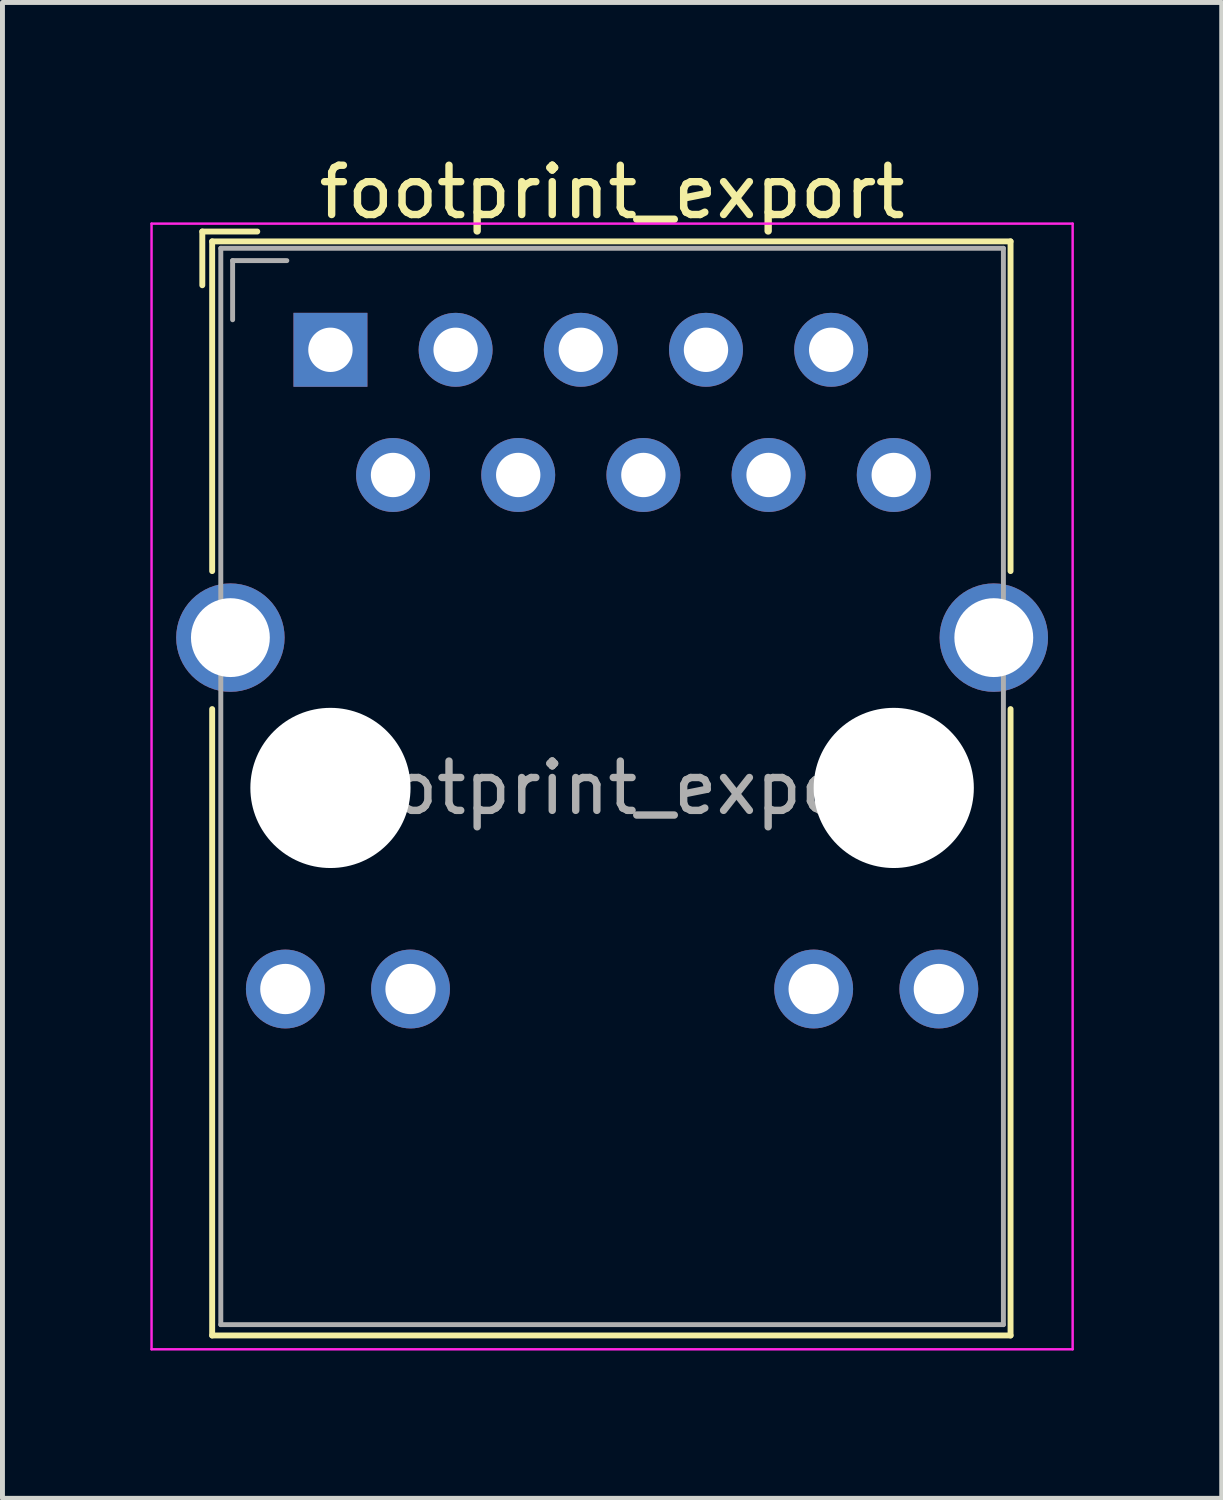
<source format=kicad_pcb>
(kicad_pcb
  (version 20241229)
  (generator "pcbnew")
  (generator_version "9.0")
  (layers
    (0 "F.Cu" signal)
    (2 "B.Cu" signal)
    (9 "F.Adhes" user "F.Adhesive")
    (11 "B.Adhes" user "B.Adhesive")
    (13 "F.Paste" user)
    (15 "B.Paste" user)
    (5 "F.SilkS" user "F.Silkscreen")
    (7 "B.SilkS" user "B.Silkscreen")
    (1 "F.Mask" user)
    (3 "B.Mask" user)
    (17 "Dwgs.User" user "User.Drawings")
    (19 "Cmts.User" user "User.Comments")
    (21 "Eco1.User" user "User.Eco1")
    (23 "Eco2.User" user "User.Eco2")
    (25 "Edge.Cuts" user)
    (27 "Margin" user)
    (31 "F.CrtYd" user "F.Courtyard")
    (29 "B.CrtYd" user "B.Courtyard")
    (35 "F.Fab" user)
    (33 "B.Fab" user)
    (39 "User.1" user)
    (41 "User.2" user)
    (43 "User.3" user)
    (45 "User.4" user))
  (footprint "footprint_export"
    (layer "F.Cu")
    (at 3.655 4.048)
    (property "Reference" "footprint_export" (at 5.715 -3.2 180) (layer "F.SilkS") (effects (font (size 1 1) (thickness 0.15))))
    (attr through_hole)
    (fp_line (start -2.6 -2.4) (end -1.485 -2.4) (stroke (width 0.12) (type solid)) (layer "F.SilkS"))
    (fp_line (start -2.6 -1.31) (end -2.6 -2.4) (stroke (width 0.12) (type solid)) (layer "F.SilkS"))
    (fp_line (start -2.4 -2.2) (end -2.4 4.49) (stroke (width 0.12) (type solid)) (layer "F.SilkS"))
    (fp_line (start -2.4 7.29) (end -2.4 20) (stroke (width 0.12) (type solid)) (layer "F.SilkS"))
    (fp_line (start 13.8 -2.2) (end -2.4 -2.2) (stroke (width 0.12) (type solid)) (layer "F.SilkS"))
    (fp_line (start 13.8 4.49) (end 13.8 -2.2) (stroke (width 0.12) (type solid)) (layer "F.SilkS"))
    (fp_line (start 13.8 20) (end -2.4 20) (stroke (width 0.12) (type solid)) (layer "F.SilkS"))
    (fp_line (start 13.8 20) (end 13.8 7.29) (stroke (width 0.12) (type solid)) (layer "F.SilkS"))
    (fp_line (start -3.63 -2.56) (end 15.06 -2.56) (stroke (width 0.05) (type solid)) (layer "F.CrtYd"))
    (fp_line (start -3.63 20.28) (end -3.63 -2.56) (stroke (width 0.05) (type solid)) (layer "F.CrtYd"))
    (fp_line (start 15.06 -2.56) (end 15.06 20.28) (stroke (width 0.05) (type solid)) (layer "F.CrtYd"))
    (fp_line (start 15.06 20.28) (end -3.63 20.28) (stroke (width 0.05) (type solid)) (layer "F.CrtYd"))
    (fp_line (start -2.225 19.78) (end -2.225 -2.06) (stroke (width 0.1) (type solid)) (layer "F.Fab"))
    (fp_line (start -1.985 -1.81) (end -0.885 -1.81) (stroke (width 0.1) (type solid)) (layer "F.Fab"))
    (fp_line (start -1.985 -0.61) (end -1.985 -1.81) (stroke (width 0.1) (type solid)) (layer "F.Fab"))
    (fp_line (start 13.655 -2.06) (end -2.225 -2.06) (stroke (width 0.1) (type solid)) (layer "F.Fab"))
    (fp_line (start 13.655 19.78) (end -2.225 19.78) (stroke (width 0.1) (type solid)) (layer "F.Fab"))
    (fp_line (start 13.655 19.78) (end 13.655 -2.06) (stroke (width 0.1) (type solid)) (layer "F.Fab"))
    (fp_text user "${REFERENCE}" (at 5.715 8.89 180) (layer "F.Fab") (effects (font (size 1 1) (thickness 0.15))))
    (pad "" np_thru_hole circle (at 0 8.89 180) (size 3.25 3.25) (drill 3.25) (layers "*.Cu" "*.Mask"))
    (pad "" np_thru_hole circle (at 11.43 8.89 180) (size 3.25 3.25) (drill 3.25) (layers "*.Cu" "*.Mask"))
    (pad "1" thru_hole rect (at 0 0 180) (size 1.5 1.5) (drill 0.9) (layers "*.Cu" "*.Mask"))
    (pad "2" thru_hole circle (at 1.27 2.54 180) (size 1.5 1.5) (drill 0.9) (layers "*.Cu" "*.Mask"))
    (pad "3" thru_hole circle (at 2.54 0 180) (size 1.5 1.5) (drill 0.9) (layers "*.Cu" "*.Mask"))
    (pad "4" thru_hole circle (at 3.81 2.54 180) (size 1.5 1.5) (drill 0.9) (layers "*.Cu" "*.Mask"))
    (pad "5" thru_hole circle (at 5.08 0 180) (size 1.5 1.5) (drill 0.9) (layers "*.Cu" "*.Mask"))
    (pad "6" thru_hole circle (at 6.35 2.54 180) (size 1.5 1.5) (drill 0.9) (layers "*.Cu" "*.Mask"))
    (pad "7" thru_hole circle (at 7.62 0 180) (size 1.5 1.5) (drill 0.9) (layers "*.Cu" "*.Mask"))
    (pad "8" thru_hole circle (at 8.89 2.54 180) (size 1.5 1.5) (drill 0.9) (layers "*.Cu" "*.Mask"))
    (pad "9" thru_hole circle (at 10.16 0 180) (size 1.5 1.5) (drill 0.9) (layers "*.Cu" "*.Mask"))
    (pad "10" thru_hole circle (at 11.43 2.54 180) (size 1.5 1.5) (drill 0.9) (layers "*.Cu" "*.Mask"))
    (pad "11" thru_hole circle (at -0.915 12.97 180) (size 1.6 1.6) (drill 1.02) (layers "*.Cu" "*.Mask"))
    (pad "12" thru_hole circle (at 1.625 12.97 180) (size 1.6 1.6) (drill 1.02) (layers "*.Cu" "*.Mask"))
    (pad "13" thru_hole circle (at 9.805 12.97 180) (size 1.6 1.6) (drill 1.02) (layers "*.Cu" "*.Mask"))
    (pad "14" thru_hole circle (at 12.345 12.97 180) (size 1.6 1.6) (drill 1.02) (layers "*.Cu" "*.Mask"))
    (pad "SH" thru_hole circle (at -2.03 5.84 180) (size 2.2 2.2) (drill 1.6) (layers "*.Cu" "*.Mask"))
    (pad "SH" thru_hole circle (at 13.46 5.84 180) (size 2.2 2.2) (drill 1.6) (layers "*.Cu" "*.Mask")))
  (gr_rect
    (start -3 -3)
    (end 21.74 27.353)
    (stroke (width 0.1) (type default))
    (fill no)
    (layer "Edge.Cuts")))
</source>
